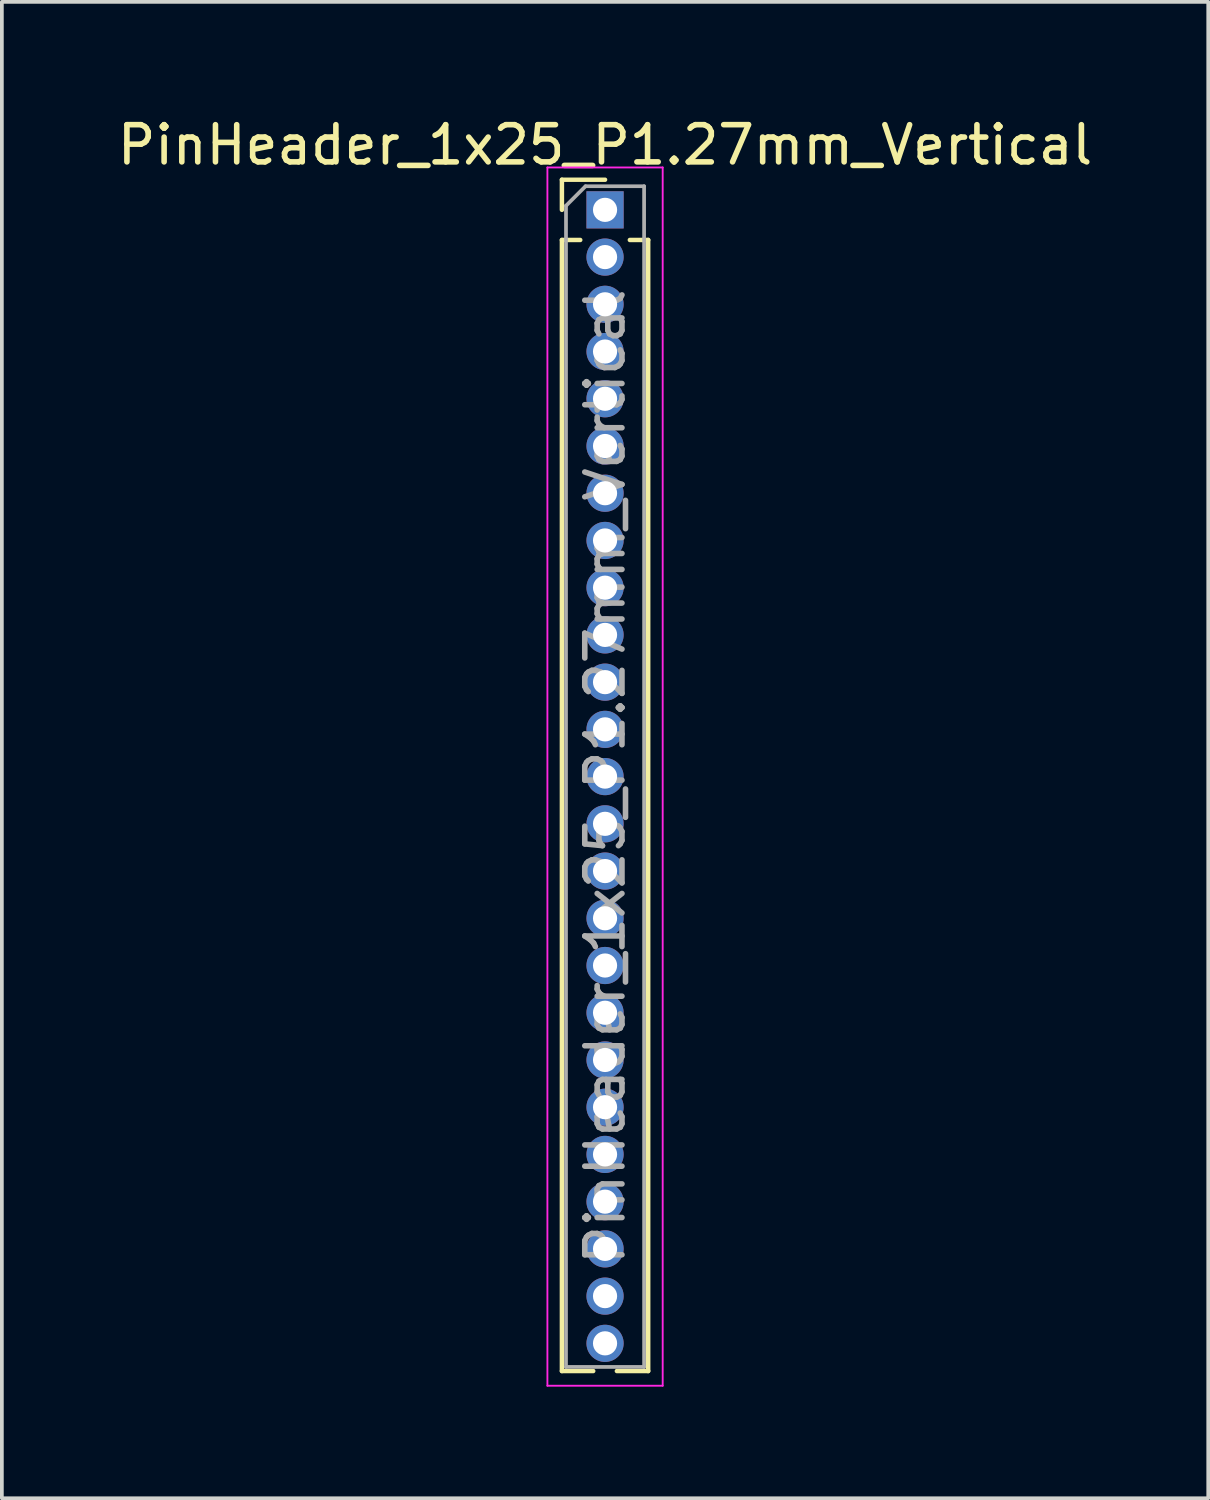
<source format=kicad_pcb>
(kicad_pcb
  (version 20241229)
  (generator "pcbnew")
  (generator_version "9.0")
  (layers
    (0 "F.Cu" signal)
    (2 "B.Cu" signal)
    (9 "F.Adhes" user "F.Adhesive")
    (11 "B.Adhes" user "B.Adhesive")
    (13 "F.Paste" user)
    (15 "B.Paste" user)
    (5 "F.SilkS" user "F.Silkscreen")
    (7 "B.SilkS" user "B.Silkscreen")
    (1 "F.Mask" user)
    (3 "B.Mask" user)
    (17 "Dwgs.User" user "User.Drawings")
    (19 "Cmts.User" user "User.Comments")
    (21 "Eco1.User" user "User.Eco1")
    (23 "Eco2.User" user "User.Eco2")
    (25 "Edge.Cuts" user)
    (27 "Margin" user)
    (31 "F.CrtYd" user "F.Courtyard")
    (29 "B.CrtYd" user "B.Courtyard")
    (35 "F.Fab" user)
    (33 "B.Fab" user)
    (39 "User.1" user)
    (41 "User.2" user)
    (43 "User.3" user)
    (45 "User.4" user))
  (footprint "PinHeader_1x25_P1.27mm_Vertical"
    (layer "F.Cu")
    (at 13.22 2.593)
    (property "Reference" "PinHeader_1x25_P1.27mm_Vertical" (at 0 -1.745 0) (layer "F.SilkS") (effects (font (size 1 1) (thickness 0.15))))
    (attr through_hole)
    (fp_line (start -1.16 -0.81) (end 0 -0.81) (stroke (width 0.12) (type solid)) (layer "F.SilkS"))
    (fp_line (start -1.16 0) (end -1.16 -0.81) (stroke (width 0.12) (type solid)) (layer "F.SilkS"))
    (fp_line (start -1.16 0.81) (end -1.16 31.225) (stroke (width 0.12) (type solid)) (layer "F.SilkS"))
    (fp_line (start -1.16 0.81) (end -0.667 0.81) (stroke (width 0.12) (type solid)) (layer "F.SilkS"))
    (fp_line (start -1.16 31.225) (end -0.318 31.225) (stroke (width 0.12) (type solid)) (layer "F.SilkS"))
    (fp_line (start 0.318 31.225) (end 1.16 31.225) (stroke (width 0.12) (type solid)) (layer "F.SilkS"))
    (fp_line (start 0.667 0.81) (end 1.16 0.81) (stroke (width 0.12) (type solid)) (layer "F.SilkS"))
    (fp_line (start 1.16 0.81) (end 1.16 31.225) (stroke (width 0.12) (type solid)) (layer "F.SilkS"))
    (fp_line (start -1.55 -1.14) (end -1.55 31.62) (stroke (width 0.05) (type solid)) (layer "F.CrtYd"))
    (fp_line (start -1.55 31.62) (end 1.55 31.62) (stroke (width 0.05) (type solid)) (layer "F.CrtYd"))
    (fp_line (start 1.55 -1.14) (end -1.55 -1.14) (stroke (width 0.05) (type solid)) (layer "F.CrtYd"))
    (fp_line (start 1.55 31.62) (end 1.55 -1.14) (stroke (width 0.05) (type solid)) (layer "F.CrtYd"))
    (fp_line (start -1.05 -0.11) (end -0.525 -0.635) (stroke (width 0.1) (type solid)) (layer "F.Fab"))
    (fp_line (start -1.05 31.115) (end -1.05 -0.11) (stroke (width 0.1) (type solid)) (layer "F.Fab"))
    (fp_line (start -0.525 -0.635) (end 1.05 -0.635) (stroke (width 0.1) (type solid)) (layer "F.Fab"))
    (fp_line (start 1.05 -0.635) (end 1.05 31.115) (stroke (width 0.1) (type solid)) (layer "F.Fab"))
    (fp_line (start 1.05 31.115) (end -1.05 31.115) (stroke (width 0.1) (type solid)) (layer "F.Fab"))
    (fp_text user "${REFERENCE}" (at 0 15.24 90) (layer "F.Fab") (effects (font (size 1 1) (thickness 0.15))))
    (pad "1" thru_hole rect (at 0 0) (size 1 1) (drill 0.65) (layers "*.Cu" "*.Mask"))
    (pad "2" thru_hole circle (at 0 1.27) (size 1 1) (drill 0.65) (layers "*.Cu" "*.Mask"))
    (pad "3" thru_hole circle (at 0 2.54) (size 1 1) (drill 0.65) (layers "*.Cu" "*.Mask"))
    (pad "4" thru_hole circle (at 0 3.81) (size 1 1) (drill 0.65) (layers "*.Cu" "*.Mask"))
    (pad "5" thru_hole circle (at 0 5.08) (size 1 1) (drill 0.65) (layers "*.Cu" "*.Mask"))
    (pad "6" thru_hole circle (at 0 6.35) (size 1 1) (drill 0.65) (layers "*.Cu" "*.Mask"))
    (pad "7" thru_hole circle (at 0 7.62) (size 1 1) (drill 0.65) (layers "*.Cu" "*.Mask"))
    (pad "8" thru_hole circle (at 0 8.89) (size 1 1) (drill 0.65) (layers "*.Cu" "*.Mask"))
    (pad "9" thru_hole circle (at 0 10.16) (size 1 1) (drill 0.65) (layers "*.Cu" "*.Mask"))
    (pad "10" thru_hole circle (at 0 11.43) (size 1 1) (drill 0.65) (layers "*.Cu" "*.Mask"))
    (pad "11" thru_hole circle (at 0 12.7) (size 1 1) (drill 0.65) (layers "*.Cu" "*.Mask"))
    (pad "12" thru_hole circle (at 0 13.97) (size 1 1) (drill 0.65) (layers "*.Cu" "*.Mask"))
    (pad "13" thru_hole circle (at 0 15.24) (size 1 1) (drill 0.65) (layers "*.Cu" "*.Mask"))
    (pad "14" thru_hole circle (at 0 16.51) (size 1 1) (drill 0.65) (layers "*.Cu" "*.Mask"))
    (pad "15" thru_hole circle (at 0 17.78) (size 1 1) (drill 0.65) (layers "*.Cu" "*.Mask"))
    (pad "16" thru_hole circle (at 0 19.05) (size 1 1) (drill 0.65) (layers "*.Cu" "*.Mask"))
    (pad "17" thru_hole circle (at 0 20.32) (size 1 1) (drill 0.65) (layers "*.Cu" "*.Mask"))
    (pad "18" thru_hole circle (at 0 21.59) (size 1 1) (drill 0.65) (layers "*.Cu" "*.Mask"))
    (pad "19" thru_hole circle (at 0 22.86) (size 1 1) (drill 0.65) (layers "*.Cu" "*.Mask"))
    (pad "20" thru_hole circle (at 0 24.13) (size 1 1) (drill 0.65) (layers "*.Cu" "*.Mask"))
    (pad "21" thru_hole circle (at 0 25.4) (size 1 1) (drill 0.65) (layers "*.Cu" "*.Mask"))
    (pad "22" thru_hole circle (at 0 26.67) (size 1 1) (drill 0.65) (layers "*.Cu" "*.Mask"))
    (pad "23" thru_hole circle (at 0 27.94) (size 1 1) (drill 0.65) (layers "*.Cu" "*.Mask"))
    (pad "24" thru_hole circle (at 0 29.21) (size 1 1) (drill 0.65) (layers "*.Cu" "*.Mask"))
    (pad "25" thru_hole circle (at 0 30.48) (size 1 1) (drill 0.65) (layers "*.Cu" "*.Mask")))
  (gr_rect
    (start -3 -3)
    (end 29.44 37.238)
    (stroke (width 0.1) (type default))
    (fill no)
    (layer "Edge.Cuts")))
</source>
